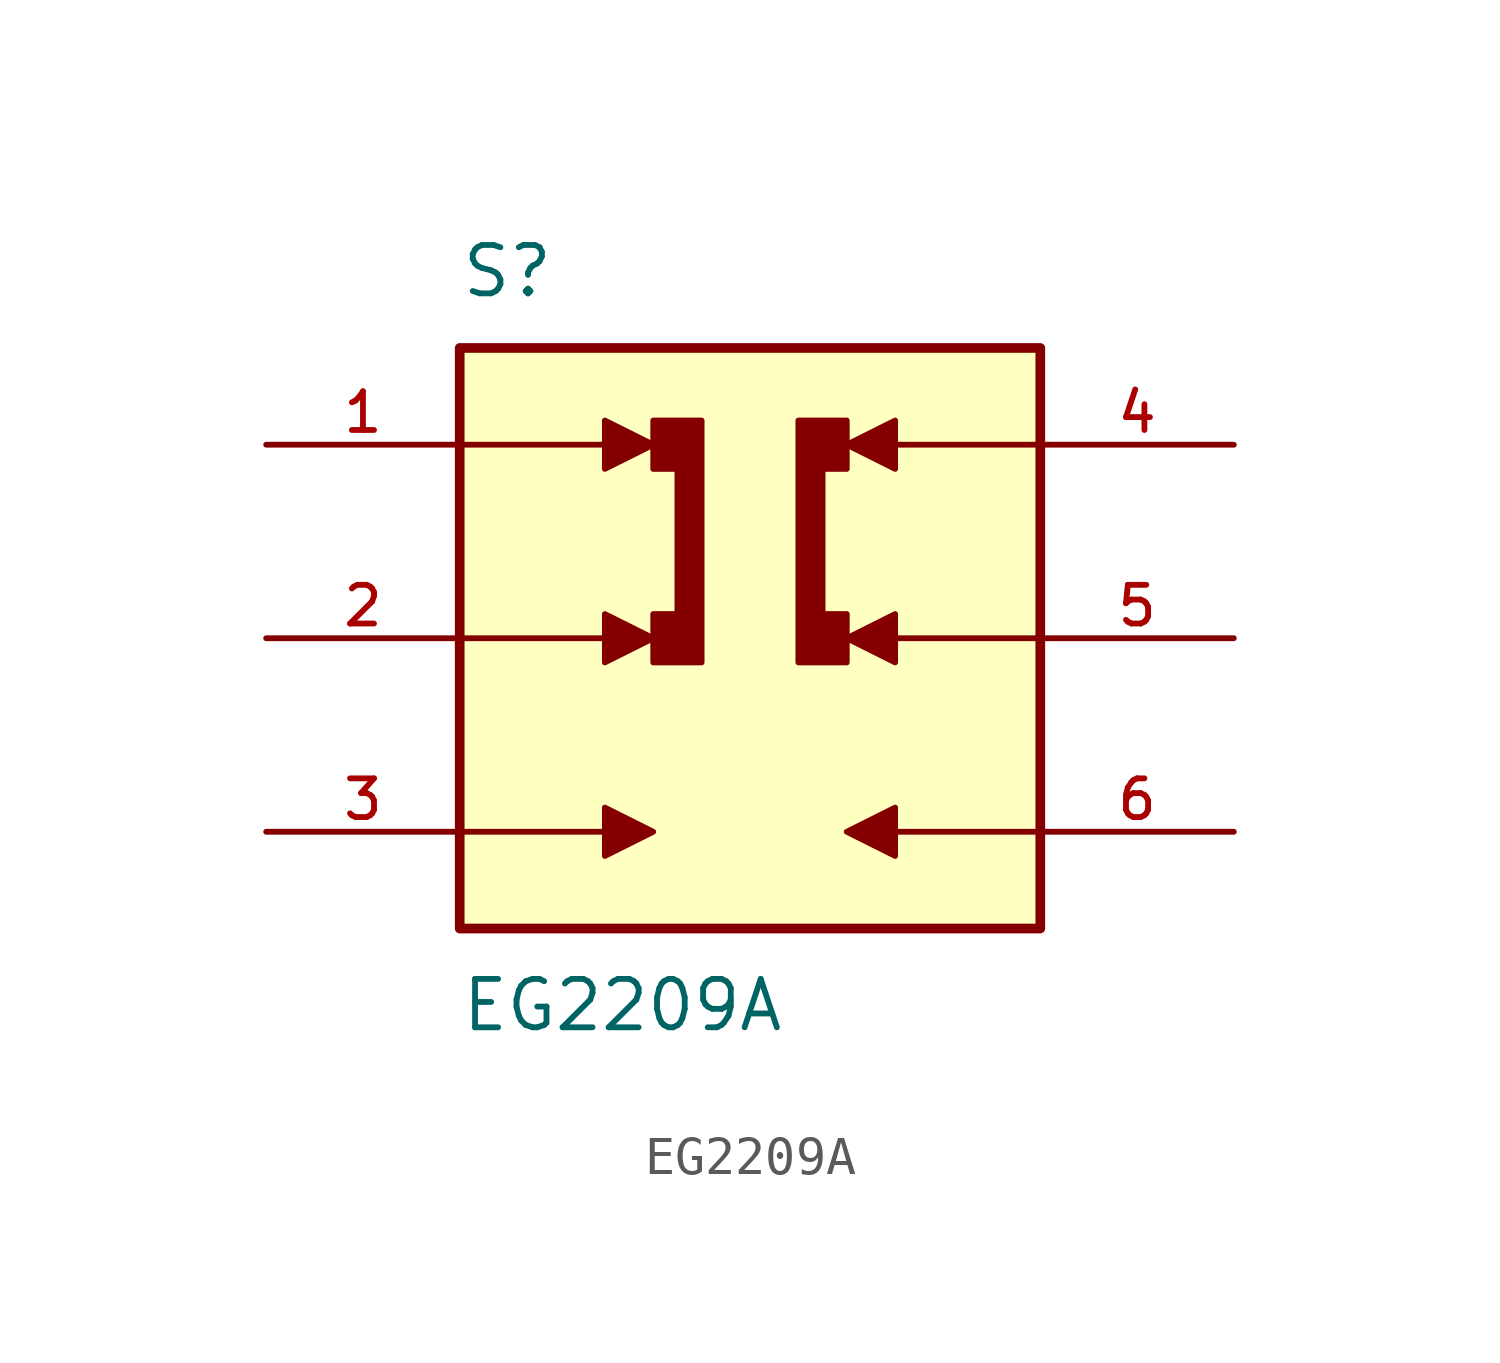
<source format=kicad_sym>
(kicad_symbol_lib
  (version 20211014)
  (generator kicad_symbol_editor)
  (symbol "EG2209A"
    (pin_names
      (offset 1.016))
    (property "Reference" "S"
      (at -7.62 8.89 0)
      (effects (font (size 1.27 1.27)) (justify bottom left)))
    (property "Value" "EG2209A"
      (at -7.62 -8.89 0)
      (effects (font (size 1.27 1.27)) (justify top left)))
    (symbol "EG2209A_0_0"
      (polyline (pts (xy -7.62 5.08) (xy -3.81 5.08)) (stroke (width 0.152)))
      (polyline (pts (xy -3.81 5.715) (xy -3.81 4.445) (xy -2.54 5.08) (xy -3.81 5.715)) (stroke (width 0.152)) (fill (type outline)))
      (polyline (pts (xy -7.62 0.0) (xy -3.81 0.0)) (stroke (width 0.152)))
      (polyline (pts (xy -3.81 0.635) (xy -3.81 -0.635) (xy -2.54 0.0) (xy -3.81 0.635)) (stroke (width 0.152)) (fill (type outline)))
      (polyline (pts (xy -7.62 -5.08) (xy -3.81 -5.08)) (stroke (width 0.152)))
      (polyline (pts (xy -3.81 -4.445) (xy -3.81 -5.715) (xy -2.54 -5.08) (xy -3.81 -4.445)) (stroke (width 0.152)) (fill (type outline)))
      (polyline (pts (xy 7.62 5.08) (xy 3.81 5.08)) (stroke (width 0.152)))
      (polyline (pts (xy 3.81 4.445) (xy 3.81 5.715) (xy 2.54 5.08) (xy 3.81 4.445)) (stroke (width 0.152)) (fill (type outline)))
      (polyline (pts (xy 7.62 0.0) (xy 3.81 0.0)) (stroke (width 0.152)))
      (polyline (pts (xy 3.81 -0.635) (xy 3.81 0.635) (xy 2.54 0.0) (xy 3.81 -0.635)) (stroke (width 0.152)) (fill (type outline)))
      (polyline (pts (xy 7.62 -5.08) (xy 3.81 -5.08)) (stroke (width 0.152)))
      (polyline (pts (xy 3.81 -5.715) (xy 3.81 -4.445) (xy 2.54 -5.08) (xy 3.81 -5.715)) (stroke (width 0.152)) (fill (type outline)))
      (polyline (pts (xy -2.54 4.445) (xy -2.54 5.715) (xy -1.27 5.715) (xy -1.27 -0.635) (xy -2.54 -0.635) (xy -2.54 0.635) (xy -1.905 0.635) (xy -1.905 4.445) (xy -2.54 4.445)) (stroke (width 0.152)) (fill (type outline)))
      (polyline (pts (xy 2.54 0.635) (xy 2.54 -0.635) (xy 1.27 -0.635) (xy 1.27 5.715) (xy 2.54 5.715) (xy 2.54 4.445) (xy 1.905 4.445) (xy 1.905 0.635) (xy 2.54 0.635)) (stroke (width 0.152)) (fill (type outline)))
      (rectangle (start -7.62 -7.62) (end 7.62 7.62) (stroke (width 0.254)) (fill (type background)))
      (pin passive line (at -12.7 5.08 0) (length 5.08) (name "~" (effects (font (size 1.016 1.016)))) (number "1" (effects (font (size 1.016 1.016)))))
      (pin passive line (at -12.7 0.0 0) (length 5.08) (name "~" (effects (font (size 1.016 1.016)))) (number "2" (effects (font (size 1.016 1.016)))))
      (pin passive line (at -12.7 -5.08 0) (length 5.08) (name "~" (effects (font (size 1.016 1.016)))) (number "3" (effects (font (size 1.016 1.016)))))
      (pin passive line (at 12.7 5.08 180.0) (length 5.08) (name "~" (effects (font (size 1.016 1.016)))) (number "4" (effects (font (size 1.016 1.016)))))
      (pin passive line (at 12.7 0.0 180.0) (length 5.08) (name "~" (effects (font (size 1.016 1.016)))) (number "5" (effects (font (size 1.016 1.016)))))
      (pin passive line (at 12.7 -5.08 180.0) (length 5.08) (name "~" (effects (font (size 1.016 1.016)))) (number "6" (effects (font (size 1.016 1.016))))))))
</source>
